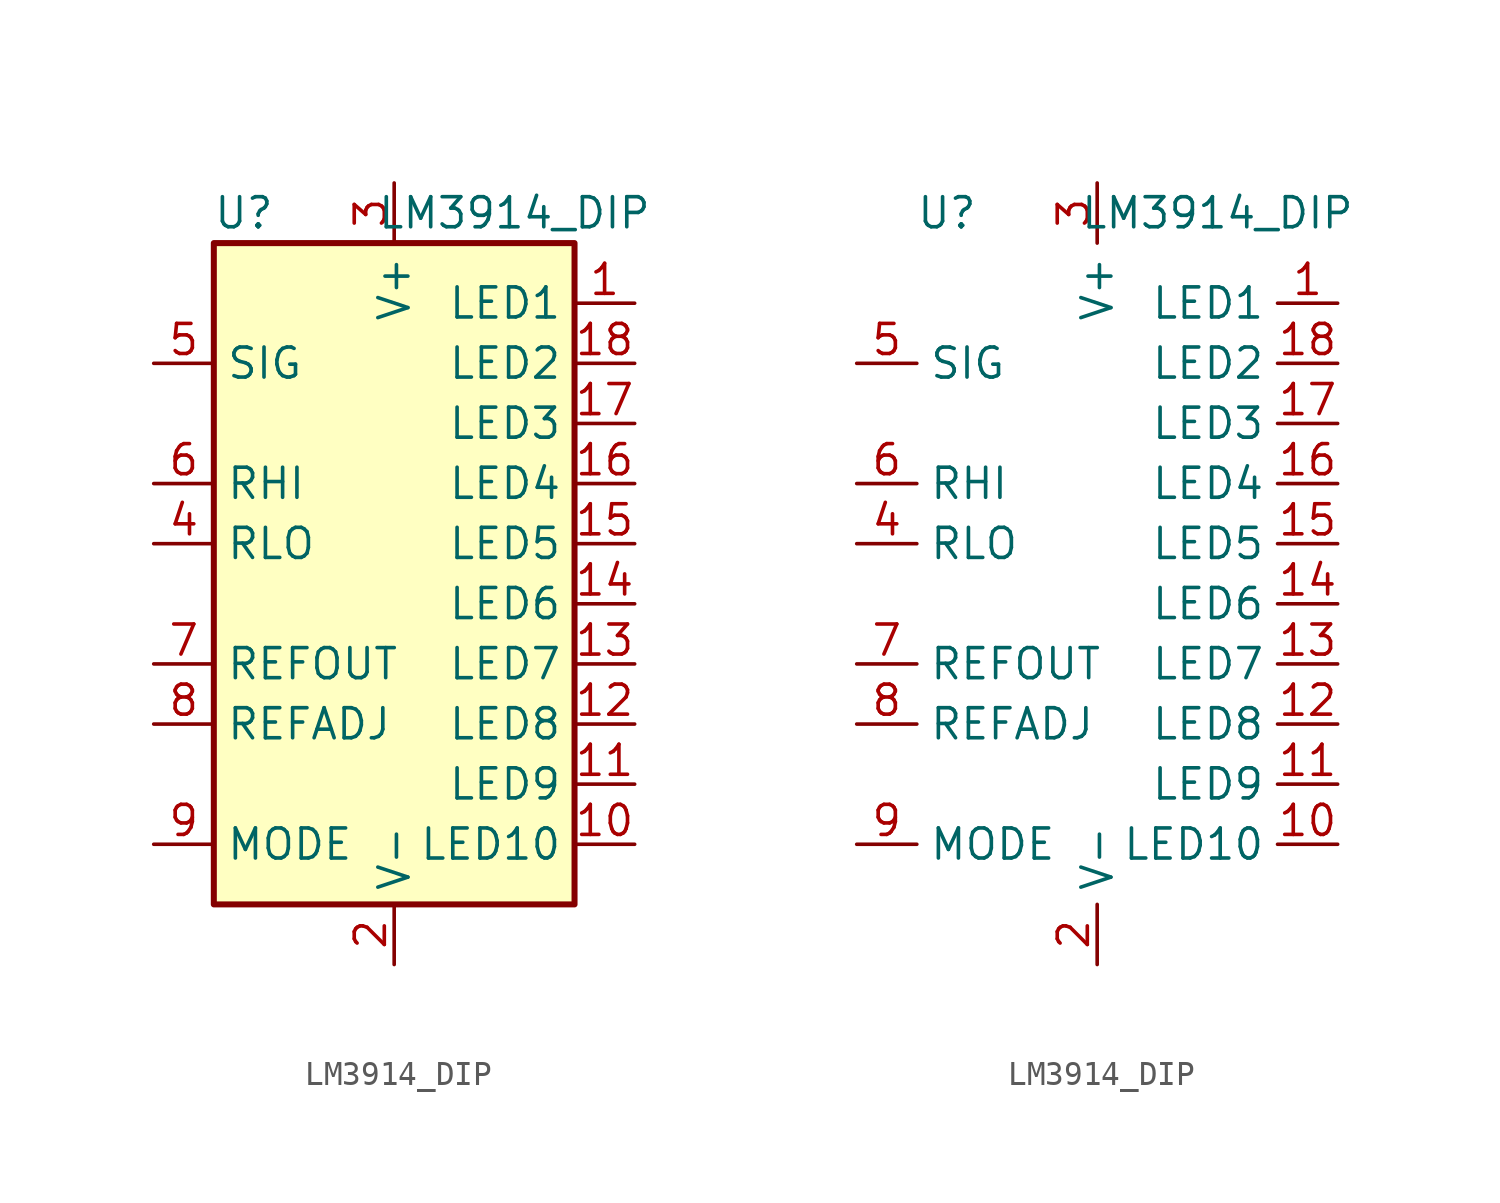
<source format=kicad_sym>
(kicad_symbol_lib
  (version 20211014)
  (generator kicad_symbol_editor)
  (symbol "LM3914_DIP"
    (property "Reference" "U"
      (at -6.35 13.97 0)
      (effects (font (size 1.27 1.27))))
    (property "Value" "LM3914_DIP"
      (at 5.08 13.97 0)
      (effects (font (size 1.27 1.27))))
    (symbol "LM3914_DIP_0_1"
      (rectangle (start -7.62 12.7) (end 7.62 -15.24) (stroke (width 0.254) (type default) (color 0 0 0 0)) (fill (type background))))
    (symbol "LM3914_DIP_1_1"
      (pin open_collector line (at 10.16 10.16 180) (length 2.54) (name "LED1" (effects (font (size 1.27 1.27)))) (number "1" (effects (font (size 1.27 1.27)))))
      (pin open_collector line (at 10.16 -12.7 180) (length 2.54) (name "LED10" (effects (font (size 1.27 1.27)))) (number "10" (effects (font (size 1.27 1.27)))))
      (pin open_collector line (at 10.16 -10.16 180) (length 2.54) (name "LED9" (effects (font (size 1.27 1.27)))) (number "11" (effects (font (size 1.27 1.27)))))
      (pin open_collector line (at 10.16 -7.62 180) (length 2.54) (name "LED8" (effects (font (size 1.27 1.27)))) (number "12" (effects (font (size 1.27 1.27)))))
      (pin open_collector line (at 10.16 -5.08 180) (length 2.54) (name "LED7" (effects (font (size 1.27 1.27)))) (number "13" (effects (font (size 1.27 1.27)))))
      (pin open_collector line (at 10.16 -2.54 180) (length 2.54) (name "LED6" (effects (font (size 1.27 1.27)))) (number "14" (effects (font (size 1.27 1.27)))))
      (pin open_collector line (at 10.16 0 180) (length 2.54) (name "LED5" (effects (font (size 1.27 1.27)))) (number "15" (effects (font (size 1.27 1.27)))))
      (pin open_collector line (at 10.16 2.54 180) (length 2.54) (name "LED4" (effects (font (size 1.27 1.27)))) (number "16" (effects (font (size 1.27 1.27)))))
      (pin open_collector line (at 10.16 5.08 180) (length 2.54) (name "LED3" (effects (font (size 1.27 1.27)))) (number "17" (effects (font (size 1.27 1.27)))))
      (pin open_collector line (at 10.16 7.62 180) (length 2.54) (name "LED2" (effects (font (size 1.27 1.27)))) (number "18" (effects (font (size 1.27 1.27)))))
      (pin power_in line (at 0 -17.78 90) (length 2.54) (name "V-" (effects (font (size 1.27 1.27)))) (number "2" (effects (font (size 1.27 1.27)))))
      (pin power_in line (at 0 15.24 270) (length 2.54) (name "V+" (effects (font (size 1.27 1.27)))) (number "3" (effects (font (size 1.27 1.27)))))
      (pin input line (at -10.16 0 0) (length 2.54) (name "RLO" (effects (font (size 1.27 1.27)))) (number "4" (effects (font (size 1.27 1.27)))))
      (pin input line (at -10.16 7.62 0) (length 2.54) (name "SIG" (effects (font (size 1.27 1.27)))) (number "5" (effects (font (size 1.27 1.27)))))
      (pin input line (at -10.16 2.54 0) (length 2.54) (name "RHI" (effects (font (size 1.27 1.27)))) (number "6" (effects (font (size 1.27 1.27)))))
      (pin output line (at -10.16 -5.08 0) (length 2.54) (name "REFOUT" (effects (font (size 1.27 1.27)))) (number "7" (effects (font (size 1.27 1.27)))))
      (pin input line (at -10.16 -7.62 0) (length 2.54) (name "REFADJ" (effects (font (size 1.27 1.27)))) (number "8" (effects (font (size 1.27 1.27)))))
      (pin input line (at -10.16 -12.7 0) (length 2.54) (name "MODE" (effects (font (size 1.27 1.27)))) (number "9" (effects (font (size 1.27 1.27))))))
    (symbol "LM3914_DIP_1_2"
      (pin open_collector line (at 10.16 10.16 180) (length 2.54) (name "LED1" (effects (font (size 1.27 1.27)))) (number "1" (effects (font (size 1.27 1.27)))))
      (pin open_collector line (at 10.16 -12.7 180) (length 2.54) (name "LED10" (effects (font (size 1.27 1.27)))) (number "10" (effects (font (size 1.27 1.27)))))
      (pin open_collector line (at 10.16 -10.16 180) (length 2.54) (name "LED9" (effects (font (size 1.27 1.27)))) (number "11" (effects (font (size 1.27 1.27)))))
      (pin open_collector line (at 10.16 -7.62 180) (length 2.54) (name "LED8" (effects (font (size 1.27 1.27)))) (number "12" (effects (font (size 1.27 1.27)))))
      (pin open_collector line (at 10.16 -5.08 180) (length 2.54) (name "LED7" (effects (font (size 1.27 1.27)))) (number "13" (effects (font (size 1.27 1.27)))))
      (pin open_collector line (at 10.16 -2.54 180) (length 2.54) (name "LED6" (effects (font (size 1.27 1.27)))) (number "14" (effects (font (size 1.27 1.27)))))
      (pin open_collector line (at 10.16 0 180) (length 2.54) (name "LED5" (effects (font (size 1.27 1.27)))) (number "15" (effects (font (size 1.27 1.27)))))
      (pin open_collector line (at 10.16 2.54 180) (length 2.54) (name "LED4" (effects (font (size 1.27 1.27)))) (number "16" (effects (font (size 1.27 1.27)))))
      (pin open_collector line (at 10.16 5.08 180) (length 2.54) (name "LED3" (effects (font (size 1.27 1.27)))) (number "17" (effects (font (size 1.27 1.27)))))
      (pin open_collector line (at 10.16 7.62 180) (length 2.54) (name "LED2" (effects (font (size 1.27 1.27)))) (number "18" (effects (font (size 1.27 1.27)))))
      (pin power_in line (at 0 -17.78 90) (length 2.54) (name "V-" (effects (font (size 1.27 1.27)))) (number "2" (effects (font (size 1.27 1.27)))))
      (pin power_in line (at 0 15.24 270) (length 2.54) (name "V+" (effects (font (size 1.27 1.27)))) (number "3" (effects (font (size 1.27 1.27)))))
      (pin input line (at -10.16 0 0) (length 2.54) (name "RLO" (effects (font (size 1.27 1.27)))) (number "4" (effects (font (size 1.27 1.27)))))
      (pin input line (at -10.16 7.62 0) (length 2.54) (name "SIG" (effects (font (size 1.27 1.27)))) (number "5" (effects (font (size 1.27 1.27)))))
      (pin input line (at -10.16 2.54 0) (length 2.54) (name "RHI" (effects (font (size 1.27 1.27)))) (number "6" (effects (font (size 1.27 1.27)))))
      (pin output line (at -10.16 -5.08 0) (length 2.54) (name "REFOUT" (effects (font (size 1.27 1.27)))) (number "7" (effects (font (size 1.27 1.27)))))
      (pin input line (at -10.16 -7.62 0) (length 2.54) (name "REFADJ" (effects (font (size 1.27 1.27)))) (number "8" (effects (font (size 1.27 1.27)))))
      (pin input line (at -10.16 -12.7 0) (length 2.54) (name "MODE" (effects (font (size 1.27 1.27)))) (number "9" (effects (font (size 1.27 1.27))))))))
</source>
